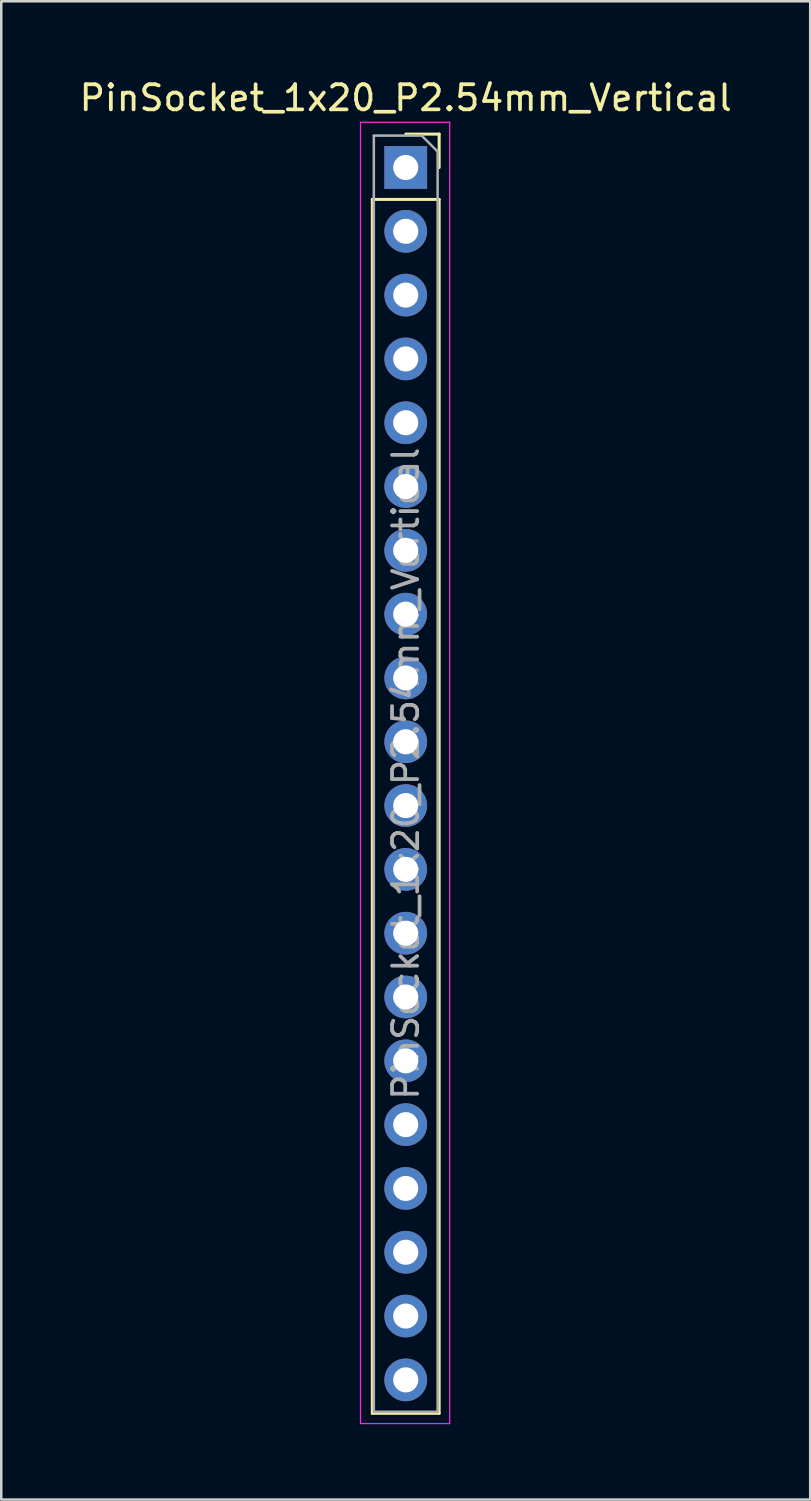
<source format=kicad_pcb>
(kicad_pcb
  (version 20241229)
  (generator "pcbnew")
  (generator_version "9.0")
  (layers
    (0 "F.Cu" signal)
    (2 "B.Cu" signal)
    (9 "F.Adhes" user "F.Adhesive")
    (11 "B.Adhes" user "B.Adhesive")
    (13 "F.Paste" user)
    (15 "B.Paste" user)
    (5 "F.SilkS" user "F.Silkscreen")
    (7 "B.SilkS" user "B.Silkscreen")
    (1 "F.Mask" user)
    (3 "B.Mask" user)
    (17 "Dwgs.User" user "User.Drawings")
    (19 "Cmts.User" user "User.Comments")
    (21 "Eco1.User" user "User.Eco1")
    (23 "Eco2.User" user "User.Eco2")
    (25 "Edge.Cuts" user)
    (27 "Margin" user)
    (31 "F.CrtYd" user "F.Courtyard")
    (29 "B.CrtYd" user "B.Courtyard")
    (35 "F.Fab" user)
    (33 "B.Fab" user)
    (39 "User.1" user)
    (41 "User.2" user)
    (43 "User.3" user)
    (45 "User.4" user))
  (footprint "PinSocket_1x20_P2.54mm_Vertical"
    (layer "F.Cu")
    (at 13.101 3.618)
    (property "Reference" "PinSocket_1x20_P2.54mm_Vertical" (at 0 -2.77 0) (layer "F.SilkS") (effects (font (size 1 1) (thickness 0.15))))
    (attr through_hole)
    (fp_line (start -1.33 1.27) (end -1.33 49.59) (stroke (width 0.12) (type solid)) (layer "F.SilkS"))
    (fp_line (start -1.33 1.27) (end 1.33 1.27) (stroke (width 0.12) (type solid)) (layer "F.SilkS"))
    (fp_line (start -1.33 49.59) (end 1.33 49.59) (stroke (width 0.12) (type solid)) (layer "F.SilkS"))
    (fp_line (start 0 -1.33) (end 1.33 -1.33) (stroke (width 0.12) (type solid)) (layer "F.SilkS"))
    (fp_line (start 1.33 -1.33) (end 1.33 0) (stroke (width 0.12) (type solid)) (layer "F.SilkS"))
    (fp_line (start 1.33 1.27) (end 1.33 49.59) (stroke (width 0.12) (type solid)) (layer "F.SilkS"))
    (fp_line (start -1.8 -1.8) (end 1.75 -1.8) (stroke (width 0.05) (type solid)) (layer "F.CrtYd"))
    (fp_line (start -1.8 50) (end -1.8 -1.8) (stroke (width 0.05) (type solid)) (layer "F.CrtYd"))
    (fp_line (start 1.75 -1.8) (end 1.75 50) (stroke (width 0.05) (type solid)) (layer "F.CrtYd"))
    (fp_line (start 1.75 50) (end -1.8 50) (stroke (width 0.05) (type solid)) (layer "F.CrtYd"))
    (fp_line (start -1.27 -1.27) (end 0.635 -1.27) (stroke (width 0.1) (type solid)) (layer "F.Fab"))
    (fp_line (start -1.27 49.53) (end -1.27 -1.27) (stroke (width 0.1) (type solid)) (layer "F.Fab"))
    (fp_line (start 0.635 -1.27) (end 1.27 -0.635) (stroke (width 0.1) (type solid)) (layer "F.Fab"))
    (fp_line (start 1.27 -0.635) (end 1.27 49.53) (stroke (width 0.1) (type solid)) (layer "F.Fab"))
    (fp_line (start 1.27 49.53) (end -1.27 49.53) (stroke (width 0.1) (type solid)) (layer "F.Fab"))
    (fp_text user "${REFERENCE}" (at 0 24.13 90) (layer "F.Fab") (effects (font (size 1 1) (thickness 0.15))))
    (pad "1" thru_hole rect (at 0 0) (size 1.7 1.7) (drill 1) (layers "*.Cu" "*.Mask"))
    (pad "2" thru_hole oval (at 0 2.54) (size 1.7 1.7) (drill 1) (layers "*.Cu" "*.Mask"))
    (pad "3" thru_hole oval (at 0 5.08) (size 1.7 1.7) (drill 1) (layers "*.Cu" "*.Mask"))
    (pad "4" thru_hole oval (at 0 7.62) (size 1.7 1.7) (drill 1) (layers "*.Cu" "*.Mask"))
    (pad "5" thru_hole oval (at 0 10.16) (size 1.7 1.7) (drill 1) (layers "*.Cu" "*.Mask"))
    (pad "6" thru_hole oval (at 0 12.7) (size 1.7 1.7) (drill 1) (layers "*.Cu" "*.Mask"))
    (pad "7" thru_hole oval (at 0 15.24) (size 1.7 1.7) (drill 1) (layers "*.Cu" "*.Mask"))
    (pad "8" thru_hole oval (at 0 17.78) (size 1.7 1.7) (drill 1) (layers "*.Cu" "*.Mask"))
    (pad "9" thru_hole oval (at 0 20.32) (size 1.7 1.7) (drill 1) (layers "*.Cu" "*.Mask"))
    (pad "10" thru_hole oval (at 0 22.86) (size 1.7 1.7) (drill 1) (layers "*.Cu" "*.Mask"))
    (pad "11" thru_hole oval (at 0 25.4) (size 1.7 1.7) (drill 1) (layers "*.Cu" "*.Mask"))
    (pad "12" thru_hole oval (at 0 27.94) (size 1.7 1.7) (drill 1) (layers "*.Cu" "*.Mask"))
    (pad "13" thru_hole oval (at 0 30.48) (size 1.7 1.7) (drill 1) (layers "*.Cu" "*.Mask"))
    (pad "14" thru_hole oval (at 0 33.02) (size 1.7 1.7) (drill 1) (layers "*.Cu" "*.Mask"))
    (pad "15" thru_hole oval (at 0 35.56) (size 1.7 1.7) (drill 1) (layers "*.Cu" "*.Mask"))
    (pad "16" thru_hole oval (at 0 38.1) (size 1.7 1.7) (drill 1) (layers "*.Cu" "*.Mask"))
    (pad "17" thru_hole oval (at 0 40.64) (size 1.7 1.7) (drill 1) (layers "*.Cu" "*.Mask"))
    (pad "18" thru_hole oval (at 0 43.18) (size 1.7 1.7) (drill 1) (layers "*.Cu" "*.Mask"))
    (pad "19" thru_hole oval (at 0 45.72) (size 1.7 1.7) (drill 1) (layers "*.Cu" "*.Mask"))
    (pad "20" thru_hole oval (at 0 48.26) (size 1.7 1.7) (drill 1) (layers "*.Cu" "*.Mask")))
  (gr_rect
    (start -3 -3)
    (end 29.202 56.643)
    (stroke (width 0.1) (type default))
    (fill no)
    (layer "Edge.Cuts")))
</source>
